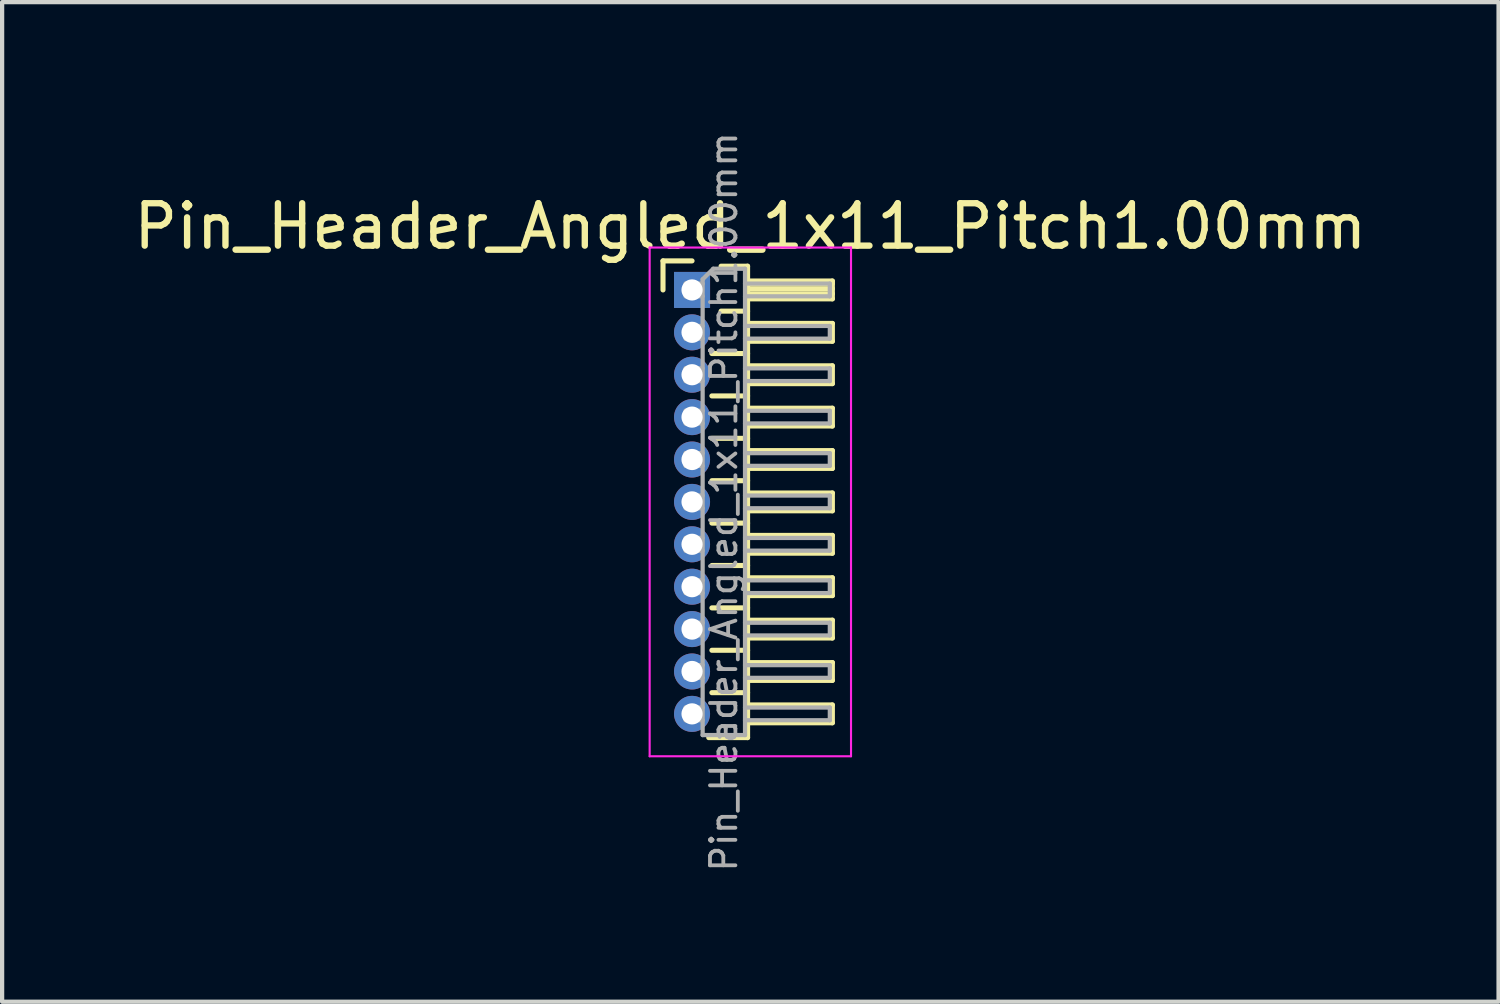
<source format=kicad_pcb>
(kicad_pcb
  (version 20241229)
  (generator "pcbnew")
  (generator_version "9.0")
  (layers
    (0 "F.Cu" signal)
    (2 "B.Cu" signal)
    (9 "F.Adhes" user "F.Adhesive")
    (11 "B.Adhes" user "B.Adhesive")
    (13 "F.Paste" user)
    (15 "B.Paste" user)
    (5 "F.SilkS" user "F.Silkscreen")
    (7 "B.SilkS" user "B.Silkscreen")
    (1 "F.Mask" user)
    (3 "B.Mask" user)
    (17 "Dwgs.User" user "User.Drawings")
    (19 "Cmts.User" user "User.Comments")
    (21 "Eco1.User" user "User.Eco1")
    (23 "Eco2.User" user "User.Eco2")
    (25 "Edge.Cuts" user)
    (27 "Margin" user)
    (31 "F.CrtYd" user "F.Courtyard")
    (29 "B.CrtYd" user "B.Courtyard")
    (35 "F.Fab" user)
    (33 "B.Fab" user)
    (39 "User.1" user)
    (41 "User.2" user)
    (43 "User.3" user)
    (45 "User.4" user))
  (footprint "Pin_Header_Angled_1x11_Pitch1.00mm"
    (layer "F.Cu")
    (at 13.274 3.789)
    (property "Reference" "Pin_Header_Angled_1x11_Pitch1.00mm" (at 1.375 -1.5 0) (layer "F.SilkS") (effects (font (size 1 1) (thickness 0.15))))
    (attr through_hole)
    (fp_line (start -0.685 -0.685) (end 0 -0.685) (stroke (width 0.12) (type solid)) (layer "F.SilkS"))
    (fp_line (start -0.685 0) (end -0.685 -0.685) (stroke (width 0.12) (type solid)) (layer "F.SilkS"))
    (fp_line (start 0.468 1.5) (end 1.31 1.5) (stroke (width 0.12) (type solid)) (layer "F.SilkS"))
    (fp_line (start 0.468 2.5) (end 1.31 2.5) (stroke (width 0.12) (type solid)) (layer "F.SilkS"))
    (fp_line (start 0.468 3.5) (end 1.31 3.5) (stroke (width 0.12) (type solid)) (layer "F.SilkS"))
    (fp_line (start 0.468 4.5) (end 1.31 4.5) (stroke (width 0.12) (type solid)) (layer "F.SilkS"))
    (fp_line (start 0.468 5.5) (end 1.31 5.5) (stroke (width 0.12) (type solid)) (layer "F.SilkS"))
    (fp_line (start 0.468 6.5) (end 1.31 6.5) (stroke (width 0.12) (type solid)) (layer "F.SilkS"))
    (fp_line (start 0.468 7.5) (end 1.31 7.5) (stroke (width 0.12) (type solid)) (layer "F.SilkS"))
    (fp_line (start 0.468 8.5) (end 1.31 8.5) (stroke (width 0.12) (type solid)) (layer "F.SilkS"))
    (fp_line (start 0.468 9.5) (end 1.31 9.5) (stroke (width 0.12) (type solid)) (layer "F.SilkS"))
    (fp_line (start 0.685 -0.56) (end 1.31 -0.56) (stroke (width 0.12) (type solid)) (layer "F.SilkS"))
    (fp_line (start 0.685 0.5) (end 1.31 0.5) (stroke (width 0.12) (type solid)) (layer "F.SilkS"))
    (fp_line (start 1.31 -0.56) (end 1.31 10.56) (stroke (width 0.12) (type solid)) (layer "F.SilkS"))
    (fp_line (start 1.31 -0.21) (end 3.31 -0.21) (stroke (width 0.12) (type solid)) (layer "F.SilkS"))
    (fp_line (start 1.31 -0.15) (end 3.31 -0.15) (stroke (width 0.12) (type solid)) (layer "F.SilkS"))
    (fp_line (start 1.31 -0.03) (end 3.31 -0.03) (stroke (width 0.12) (type solid)) (layer "F.SilkS"))
    (fp_line (start 1.31 0.09) (end 3.31 0.09) (stroke (width 0.12) (type solid)) (layer "F.SilkS"))
    (fp_line (start 1.31 0.79) (end 3.31 0.79) (stroke (width 0.12) (type solid)) (layer "F.SilkS"))
    (fp_line (start 1.31 1.79) (end 3.31 1.79) (stroke (width 0.12) (type solid)) (layer "F.SilkS"))
    (fp_line (start 1.31 2.79) (end 3.31 2.79) (stroke (width 0.12) (type solid)) (layer "F.SilkS"))
    (fp_line (start 1.31 3.79) (end 3.31 3.79) (stroke (width 0.12) (type solid)) (layer "F.SilkS"))
    (fp_line (start 1.31 4.79) (end 3.31 4.79) (stroke (width 0.12) (type solid)) (layer "F.SilkS"))
    (fp_line (start 1.31 5.79) (end 3.31 5.79) (stroke (width 0.12) (type solid)) (layer "F.SilkS"))
    (fp_line (start 1.31 6.79) (end 3.31 6.79) (stroke (width 0.12) (type solid)) (layer "F.SilkS"))
    (fp_line (start 1.31 7.79) (end 3.31 7.79) (stroke (width 0.12) (type solid)) (layer "F.SilkS"))
    (fp_line (start 1.31 8.79) (end 3.31 8.79) (stroke (width 0.12) (type solid)) (layer "F.SilkS"))
    (fp_line (start 1.31 9.79) (end 3.31 9.79) (stroke (width 0.12) (type solid)) (layer "F.SilkS"))
    (fp_line (start 1.31 10.56) (end 0.394 10.56) (stroke (width 0.12) (type solid)) (layer "F.SilkS"))
    (fp_line (start 3.31 -0.21) (end 3.31 0.21) (stroke (width 0.12) (type solid)) (layer "F.SilkS"))
    (fp_line (start 3.31 0.21) (end 1.31 0.21) (stroke (width 0.12) (type solid)) (layer "F.SilkS"))
    (fp_line (start 3.31 0.79) (end 3.31 1.21) (stroke (width 0.12) (type solid)) (layer "F.SilkS"))
    (fp_line (start 3.31 1.21) (end 1.31 1.21) (stroke (width 0.12) (type solid)) (layer "F.SilkS"))
    (fp_line (start 3.31 1.79) (end 3.31 2.21) (stroke (width 0.12) (type solid)) (layer "F.SilkS"))
    (fp_line (start 3.31 2.21) (end 1.31 2.21) (stroke (width 0.12) (type solid)) (layer "F.SilkS"))
    (fp_line (start 3.31 2.79) (end 3.31 3.21) (stroke (width 0.12) (type solid)) (layer "F.SilkS"))
    (fp_line (start 3.31 3.21) (end 1.31 3.21) (stroke (width 0.12) (type solid)) (layer "F.SilkS"))
    (fp_line (start 3.31 3.79) (end 3.31 4.21) (stroke (width 0.12) (type solid)) (layer "F.SilkS"))
    (fp_line (start 3.31 4.21) (end 1.31 4.21) (stroke (width 0.12) (type solid)) (layer "F.SilkS"))
    (fp_line (start 3.31 4.79) (end 3.31 5.21) (stroke (width 0.12) (type solid)) (layer "F.SilkS"))
    (fp_line (start 3.31 5.21) (end 1.31 5.21) (stroke (width 0.12) (type solid)) (layer "F.SilkS"))
    (fp_line (start 3.31 5.79) (end 3.31 6.21) (stroke (width 0.12) (type solid)) (layer "F.SilkS"))
    (fp_line (start 3.31 6.21) (end 1.31 6.21) (stroke (width 0.12) (type solid)) (layer "F.SilkS"))
    (fp_line (start 3.31 6.79) (end 3.31 7.21) (stroke (width 0.12) (type solid)) (layer "F.SilkS"))
    (fp_line (start 3.31 7.21) (end 1.31 7.21) (stroke (width 0.12) (type solid)) (layer "F.SilkS"))
    (fp_line (start 3.31 7.79) (end 3.31 8.21) (stroke (width 0.12) (type solid)) (layer "F.SilkS"))
    (fp_line (start 3.31 8.21) (end 1.31 8.21) (stroke (width 0.12) (type solid)) (layer "F.SilkS"))
    (fp_line (start 3.31 8.79) (end 3.31 9.21) (stroke (width 0.12) (type solid)) (layer "F.SilkS"))
    (fp_line (start 3.31 9.21) (end 1.31 9.21) (stroke (width 0.12) (type solid)) (layer "F.SilkS"))
    (fp_line (start 3.31 9.79) (end 3.31 10.21) (stroke (width 0.12) (type solid)) (layer "F.SilkS"))
    (fp_line (start 3.31 10.21) (end 1.31 10.21) (stroke (width 0.12) (type solid)) (layer "F.SilkS"))
    (fp_line (start -1 -1) (end -1 11) (stroke (width 0.05) (type solid)) (layer "F.CrtYd"))
    (fp_line (start -1 11) (end 3.75 11) (stroke (width 0.05) (type solid)) (layer "F.CrtYd"))
    (fp_line (start 3.75 -1) (end -1 -1) (stroke (width 0.05) (type solid)) (layer "F.CrtYd"))
    (fp_line (start 3.75 11) (end 3.75 -1) (stroke (width 0.05) (type solid)) (layer "F.CrtYd"))
    (fp_line (start -0.15 -0.15) (end -0.15 0.15) (stroke (width 0.1) (type solid)) (layer "F.Fab"))
    (fp_line (start -0.15 -0.15) (end 0.25 -0.15) (stroke (width 0.1) (type solid)) (layer "F.Fab"))
    (fp_line (start -0.15 0.15) (end 0.25 0.15) (stroke (width 0.1) (type solid)) (layer "F.Fab"))
    (fp_line (start -0.15 0.85) (end -0.15 1.15) (stroke (width 0.1) (type solid)) (layer "F.Fab"))
    (fp_line (start -0.15 0.85) (end 0.25 0.85) (stroke (width 0.1) (type solid)) (layer "F.Fab"))
    (fp_line (start -0.15 1.15) (end 0.25 1.15) (stroke (width 0.1) (type solid)) (layer "F.Fab"))
    (fp_line (start -0.15 1.85) (end -0.15 2.15) (stroke (width 0.1) (type solid)) (layer "F.Fab"))
    (fp_line (start -0.15 1.85) (end 0.25 1.85) (stroke (width 0.1) (type solid)) (layer "F.Fab"))
    (fp_line (start -0.15 2.15) (end 0.25 2.15) (stroke (width 0.1) (type solid)) (layer "F.Fab"))
    (fp_line (start -0.15 2.85) (end -0.15 3.15) (stroke (width 0.1) (type solid)) (layer "F.Fab"))
    (fp_line (start -0.15 2.85) (end 0.25 2.85) (stroke (width 0.1) (type solid)) (layer "F.Fab"))
    (fp_line (start -0.15 3.15) (end 0.25 3.15) (stroke (width 0.1) (type solid)) (layer "F.Fab"))
    (fp_line (start -0.15 3.85) (end -0.15 4.15) (stroke (width 0.1) (type solid)) (layer "F.Fab"))
    (fp_line (start -0.15 3.85) (end 0.25 3.85) (stroke (width 0.1) (type solid)) (layer "F.Fab"))
    (fp_line (start -0.15 4.15) (end 0.25 4.15) (stroke (width 0.1) (type solid)) (layer "F.Fab"))
    (fp_line (start -0.15 4.85) (end -0.15 5.15) (stroke (width 0.1) (type solid)) (layer "F.Fab"))
    (fp_line (start -0.15 4.85) (end 0.25 4.85) (stroke (width 0.1) (type solid)) (layer "F.Fab"))
    (fp_line (start -0.15 5.15) (end 0.25 5.15) (stroke (width 0.1) (type solid)) (layer "F.Fab"))
    (fp_line (start -0.15 5.85) (end -0.15 6.15) (stroke (width 0.1) (type solid)) (layer "F.Fab"))
    (fp_line (start -0.15 5.85) (end 0.25 5.85) (stroke (width 0.1) (type solid)) (layer "F.Fab"))
    (fp_line (start -0.15 6.15) (end 0.25 6.15) (stroke (width 0.1) (type solid)) (layer "F.Fab"))
    (fp_line (start -0.15 6.85) (end -0.15 7.15) (stroke (width 0.1) (type solid)) (layer "F.Fab"))
    (fp_line (start -0.15 6.85) (end 0.25 6.85) (stroke (width 0.1) (type solid)) (layer "F.Fab"))
    (fp_line (start -0.15 7.15) (end 0.25 7.15) (stroke (width 0.1) (type solid)) (layer "F.Fab"))
    (fp_line (start -0.15 7.85) (end -0.15 8.15) (stroke (width 0.1) (type solid)) (layer "F.Fab"))
    (fp_line (start -0.15 7.85) (end 0.25 7.85) (stroke (width 0.1) (type solid)) (layer "F.Fab"))
    (fp_line (start -0.15 8.15) (end 0.25 8.15) (stroke (width 0.1) (type solid)) (layer "F.Fab"))
    (fp_line (start -0.15 8.85) (end -0.15 9.15) (stroke (width 0.1) (type solid)) (layer "F.Fab"))
    (fp_line (start -0.15 8.85) (end 0.25 8.85) (stroke (width 0.1) (type solid)) (layer "F.Fab"))
    (fp_line (start -0.15 9.15) (end 0.25 9.15) (stroke (width 0.1) (type solid)) (layer "F.Fab"))
    (fp_line (start -0.15 9.85) (end -0.15 10.15) (stroke (width 0.1) (type solid)) (layer "F.Fab"))
    (fp_line (start -0.15 9.85) (end 0.25 9.85) (stroke (width 0.1) (type solid)) (layer "F.Fab"))
    (fp_line (start -0.15 10.15) (end 0.25 10.15) (stroke (width 0.1) (type solid)) (layer "F.Fab"))
    (fp_line (start 0.25 -0.25) (end 0.5 -0.5) (stroke (width 0.1) (type solid)) (layer "F.Fab"))
    (fp_line (start 0.25 10.5) (end 0.25 -0.25) (stroke (width 0.1) (type solid)) (layer "F.Fab"))
    (fp_line (start 0.5 -0.5) (end 1.25 -0.5) (stroke (width 0.1) (type solid)) (layer "F.Fab"))
    (fp_line (start 1.25 -0.5) (end 1.25 10.5) (stroke (width 0.1) (type solid)) (layer "F.Fab"))
    (fp_line (start 1.25 -0.15) (end 3.25 -0.15) (stroke (width 0.1) (type solid)) (layer "F.Fab"))
    (fp_line (start 1.25 0.15) (end 3.25 0.15) (stroke (width 0.1) (type solid)) (layer "F.Fab"))
    (fp_line (start 1.25 0.85) (end 3.25 0.85) (stroke (width 0.1) (type solid)) (layer "F.Fab"))
    (fp_line (start 1.25 1.15) (end 3.25 1.15) (stroke (width 0.1) (type solid)) (layer "F.Fab"))
    (fp_line (start 1.25 1.85) (end 3.25 1.85) (stroke (width 0.1) (type solid)) (layer "F.Fab"))
    (fp_line (start 1.25 2.15) (end 3.25 2.15) (stroke (width 0.1) (type solid)) (layer "F.Fab"))
    (fp_line (start 1.25 2.85) (end 3.25 2.85) (stroke (width 0.1) (type solid)) (layer "F.Fab"))
    (fp_line (start 1.25 3.15) (end 3.25 3.15) (stroke (width 0.1) (type solid)) (layer "F.Fab"))
    (fp_line (start 1.25 3.85) (end 3.25 3.85) (stroke (width 0.1) (type solid)) (layer "F.Fab"))
    (fp_line (start 1.25 4.15) (end 3.25 4.15) (stroke (width 0.1) (type solid)) (layer "F.Fab"))
    (fp_line (start 1.25 4.85) (end 3.25 4.85) (stroke (width 0.1) (type solid)) (layer "F.Fab"))
    (fp_line (start 1.25 5.15) (end 3.25 5.15) (stroke (width 0.1) (type solid)) (layer "F.Fab"))
    (fp_line (start 1.25 5.85) (end 3.25 5.85) (stroke (width 0.1) (type solid)) (layer "F.Fab"))
    (fp_line (start 1.25 6.15) (end 3.25 6.15) (stroke (width 0.1) (type solid)) (layer "F.Fab"))
    (fp_line (start 1.25 6.85) (end 3.25 6.85) (stroke (width 0.1) (type solid)) (layer "F.Fab"))
    (fp_line (start 1.25 7.15) (end 3.25 7.15) (stroke (width 0.1) (type solid)) (layer "F.Fab"))
    (fp_line (start 1.25 7.85) (end 3.25 7.85) (stroke (width 0.1) (type solid)) (layer "F.Fab"))
    (fp_line (start 1.25 8.15) (end 3.25 8.15) (stroke (width 0.1) (type solid)) (layer "F.Fab"))
    (fp_line (start 1.25 8.85) (end 3.25 8.85) (stroke (width 0.1) (type solid)) (layer "F.Fab"))
    (fp_line (start 1.25 9.15) (end 3.25 9.15) (stroke (width 0.1) (type solid)) (layer "F.Fab"))
    (fp_line (start 1.25 9.85) (end 3.25 9.85) (stroke (width 0.1) (type solid)) (layer "F.Fab"))
    (fp_line (start 1.25 10.15) (end 3.25 10.15) (stroke (width 0.1) (type solid)) (layer "F.Fab"))
    (fp_line (start 1.25 10.5) (end 0.25 10.5) (stroke (width 0.1) (type solid)) (layer "F.Fab"))
    (fp_line (start 3.25 -0.15) (end 3.25 0.15) (stroke (width 0.1) (type solid)) (layer "F.Fab"))
    (fp_line (start 3.25 0.85) (end 3.25 1.15) (stroke (width 0.1) (type solid)) (layer "F.Fab"))
    (fp_line (start 3.25 1.85) (end 3.25 2.15) (stroke (width 0.1) (type solid)) (layer "F.Fab"))
    (fp_line (start 3.25 2.85) (end 3.25 3.15) (stroke (width 0.1) (type solid)) (layer "F.Fab"))
    (fp_line (start 3.25 3.85) (end 3.25 4.15) (stroke (width 0.1) (type solid)) (layer "F.Fab"))
    (fp_line (start 3.25 4.85) (end 3.25 5.15) (stroke (width 0.1) (type solid)) (layer "F.Fab"))
    (fp_line (start 3.25 5.85) (end 3.25 6.15) (stroke (width 0.1) (type solid)) (layer "F.Fab"))
    (fp_line (start 3.25 6.85) (end 3.25 7.15) (stroke (width 0.1) (type solid)) (layer "F.Fab"))
    (fp_line (start 3.25 7.85) (end 3.25 8.15) (stroke (width 0.1) (type solid)) (layer "F.Fab"))
    (fp_line (start 3.25 8.85) (end 3.25 9.15) (stroke (width 0.1) (type solid)) (layer "F.Fab"))
    (fp_line (start 3.25 9.85) (end 3.25 10.15) (stroke (width 0.1) (type solid)) (layer "F.Fab"))
    (fp_text user "${REFERENCE}" (at 0.75 5 90) (layer "F.Fab") (effects (font (size 0.6 0.6) (thickness 0.09))))
    (pad "1" thru_hole rect (at 0 0) (size 0.85 0.85) (drill 0.5) (layers "*.Cu" "*.Mask"))
    (pad "2" thru_hole oval (at 0 1) (size 0.85 0.85) (drill 0.5) (layers "*.Cu" "*.Mask"))
    (pad "3" thru_hole oval (at 0 2) (size 0.85 0.85) (drill 0.5) (layers "*.Cu" "*.Mask"))
    (pad "4" thru_hole oval (at 0 3) (size 0.85 0.85) (drill 0.5) (layers "*.Cu" "*.Mask"))
    (pad "5" thru_hole oval (at 0 4) (size 0.85 0.85) (drill 0.5) (layers "*.Cu" "*.Mask"))
    (pad "6" thru_hole oval (at 0 5) (size 0.85 0.85) (drill 0.5) (layers "*.Cu" "*.Mask"))
    (pad "7" thru_hole oval (at 0 6) (size 0.85 0.85) (drill 0.5) (layers "*.Cu" "*.Mask"))
    (pad "8" thru_hole oval (at 0 7) (size 0.85 0.85) (drill 0.5) (layers "*.Cu" "*.Mask"))
    (pad "9" thru_hole oval (at 0 8) (size 0.85 0.85) (drill 0.5) (layers "*.Cu" "*.Mask"))
    (pad "10" thru_hole oval (at 0 9) (size 0.85 0.85) (drill 0.5) (layers "*.Cu" "*.Mask"))
    (pad "11" thru_hole oval (at 0 10) (size 0.85 0.85) (drill 0.5) (layers "*.Cu" "*.Mask")))
  (gr_rect
    (start -3 -3)
    (end 32.298 20.579)
    (stroke (width 0.1) (type default))
    (fill no)
    (layer "Edge.Cuts")))
</source>
